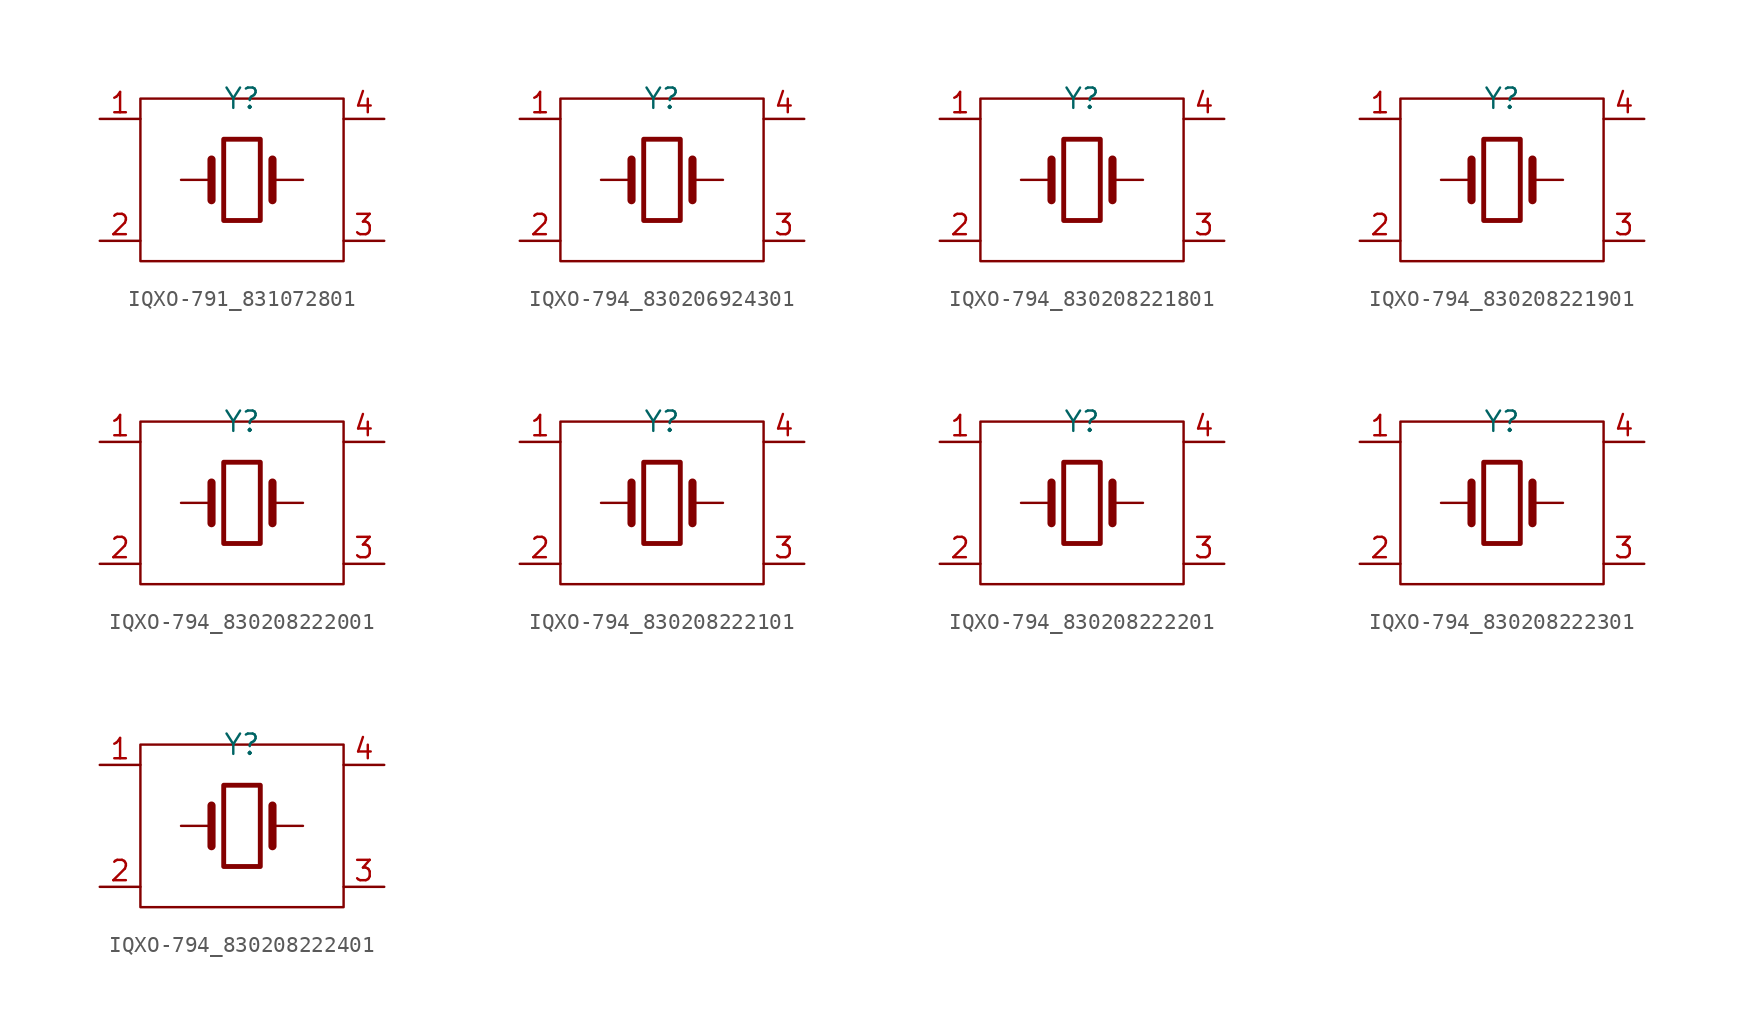
<source format=kicad_sym>
(kicad_symbol_lib
  (version 20220914)
  (generator kicad_symbol_editor)
  (symbol "IQXO-791_831072801"
    (pin_names hide)
    (property "Reference" "Y"
      (at 0 5.08 0)
      (effects (font (size 1.27 1.27))))
    (property "Critical Parameter" ""
      (at 0 -5.08 0)
      (effects (font (size 1.27 1.27)) (justify left)))
    (symbol "IQXO-791_831072801_0_1"
      (rectangle (start -6.35 5.08) (end 6.35 -5.08) (stroke (width 0) (type default)) (fill (type none)))
      (rectangle (start -1.143 2.54) (end 1.143 -2.54) (stroke (width 0.305) (type default)) (fill (type none)))
      (polyline (pts (xy -3.81 0) (xy -1.905 0)) (stroke (width 0) (type default)) (fill (type none)))
      (polyline (pts (xy -1.905 -1.27) (xy -1.905 1.27)) (stroke (width 0.508) (type default)) (fill (type none)))
      (polyline (pts (xy 1.905 -1.27) (xy 1.905 1.27)) (stroke (width 0.508) (type default)) (fill (type none)))
      (polyline (pts (xy 3.81 0) (xy 1.905 0)) (stroke (width 0) (type default)) (fill (type none))))
    (symbol "IQXO-791_831072801_1_1"
      (pin passive line (at -8.89 3.81 0) (length 2.54) (name "E/D" (effects (font (size 1.27 1.27)))) (number "1" (effects (font (size 1.27 1.27)))))
      (pin passive line (at -8.89 -3.81 0) (length 2.54) (name "GND" (effects (font (size 1.27 1.27)))) (number "2" (effects (font (size 1.27 1.27)))))
      (pin passive line (at 8.89 -3.81 180) (length 2.54) (name "OUT" (effects (font (size 1.27 1.27)))) (number "3" (effects (font (size 1.27 1.27)))))
      (pin passive line (at 8.89 3.81 180) (length 2.54) (name "+VS" (effects (font (size 1.27 1.27)))) (number "4" (effects (font (size 1.27 1.27)))))))
  (symbol "IQXO-794_830206924301"
    (pin_names hide)
    (property "Reference" "Y"
      (at 0 5.08 0)
      (effects (font (size 1.27 1.27))))
    (property "Critical Parameter" ""
      (at 0 -5.08 0)
      (effects (font (size 1.27 1.27)) (justify left)))
    (symbol "IQXO-794_830206924301_0_1"
      (rectangle (start -6.35 5.08) (end 6.35 -5.08) (stroke (width 0) (type default)) (fill (type none)))
      (rectangle (start -1.143 2.54) (end 1.143 -2.54) (stroke (width 0.305) (type default)) (fill (type none)))
      (polyline (pts (xy -3.81 0) (xy -1.905 0)) (stroke (width 0) (type default)) (fill (type none)))
      (polyline (pts (xy -1.905 -1.27) (xy -1.905 1.27)) (stroke (width 0.508) (type default)) (fill (type none)))
      (polyline (pts (xy 1.905 -1.27) (xy 1.905 1.27)) (stroke (width 0.508) (type default)) (fill (type none)))
      (polyline (pts (xy 3.81 0) (xy 1.905 0)) (stroke (width 0) (type default)) (fill (type none))))
    (symbol "IQXO-794_830206924301_1_1"
      (pin passive line (at -8.89 3.81 0) (length 2.54) (name "E/D" (effects (font (size 1.27 1.27)))) (number "1" (effects (font (size 1.27 1.27)))))
      (pin passive line (at -8.89 -3.81 0) (length 2.54) (name "GND" (effects (font (size 1.27 1.27)))) (number "2" (effects (font (size 1.27 1.27)))))
      (pin passive line (at 8.89 -3.81 180) (length 2.54) (name "OUT" (effects (font (size 1.27 1.27)))) (number "3" (effects (font (size 1.27 1.27)))))
      (pin passive line (at 8.89 3.81 180) (length 2.54) (name "+VS" (effects (font (size 1.27 1.27)))) (number "4" (effects (font (size 1.27 1.27)))))))
  (symbol "IQXO-794_830208221801"
    (pin_names hide)
    (property "Reference" "Y"
      (at 0 5.08 0)
      (effects (font (size 1.27 1.27))))
    (property "Critical Parameter" ""
      (at 0 -5.08 0)
      (effects (font (size 1.27 1.27)) (justify left)))
    (symbol "IQXO-794_830208221801_0_1"
      (rectangle (start -6.35 5.08) (end 6.35 -5.08) (stroke (width 0) (type default)) (fill (type none)))
      (rectangle (start -1.143 2.54) (end 1.143 -2.54) (stroke (width 0.305) (type default)) (fill (type none)))
      (polyline (pts (xy -3.81 0) (xy -1.905 0)) (stroke (width 0) (type default)) (fill (type none)))
      (polyline (pts (xy -1.905 -1.27) (xy -1.905 1.27)) (stroke (width 0.508) (type default)) (fill (type none)))
      (polyline (pts (xy 1.905 -1.27) (xy 1.905 1.27)) (stroke (width 0.508) (type default)) (fill (type none)))
      (polyline (pts (xy 3.81 0) (xy 1.905 0)) (stroke (width 0) (type default)) (fill (type none))))
    (symbol "IQXO-794_830208221801_1_1"
      (pin passive line (at -8.89 3.81 0) (length 2.54) (name "E/D" (effects (font (size 1.27 1.27)))) (number "1" (effects (font (size 1.27 1.27)))))
      (pin passive line (at -8.89 -3.81 0) (length 2.54) (name "GND" (effects (font (size 1.27 1.27)))) (number "2" (effects (font (size 1.27 1.27)))))
      (pin passive line (at 8.89 -3.81 180) (length 2.54) (name "OUT" (effects (font (size 1.27 1.27)))) (number "3" (effects (font (size 1.27 1.27)))))
      (pin passive line (at 8.89 3.81 180) (length 2.54) (name "+VS" (effects (font (size 1.27 1.27)))) (number "4" (effects (font (size 1.27 1.27)))))))
  (symbol "IQXO-794_830208221901"
    (pin_names hide)
    (property "Reference" "Y"
      (at 0 5.08 0)
      (effects (font (size 1.27 1.27))))
    (property "Critical Parameter" ""
      (at 0 -5.08 0)
      (effects (font (size 1.27 1.27)) (justify left)))
    (symbol "IQXO-794_830208221901_0_1"
      (rectangle (start -6.35 5.08) (end 6.35 -5.08) (stroke (width 0) (type default)) (fill (type none)))
      (rectangle (start -1.143 2.54) (end 1.143 -2.54) (stroke (width 0.305) (type default)) (fill (type none)))
      (polyline (pts (xy -3.81 0) (xy -1.905 0)) (stroke (width 0) (type default)) (fill (type none)))
      (polyline (pts (xy -1.905 -1.27) (xy -1.905 1.27)) (stroke (width 0.508) (type default)) (fill (type none)))
      (polyline (pts (xy 1.905 -1.27) (xy 1.905 1.27)) (stroke (width 0.508) (type default)) (fill (type none)))
      (polyline (pts (xy 3.81 0) (xy 1.905 0)) (stroke (width 0) (type default)) (fill (type none))))
    (symbol "IQXO-794_830208221901_1_1"
      (pin passive line (at -8.89 3.81 0) (length 2.54) (name "E/D" (effects (font (size 1.27 1.27)))) (number "1" (effects (font (size 1.27 1.27)))))
      (pin passive line (at -8.89 -3.81 0) (length 2.54) (name "GND" (effects (font (size 1.27 1.27)))) (number "2" (effects (font (size 1.27 1.27)))))
      (pin passive line (at 8.89 -3.81 180) (length 2.54) (name "OUT" (effects (font (size 1.27 1.27)))) (number "3" (effects (font (size 1.27 1.27)))))
      (pin passive line (at 8.89 3.81 180) (length 2.54) (name "+VS" (effects (font (size 1.27 1.27)))) (number "4" (effects (font (size 1.27 1.27)))))))
  (symbol "IQXO-794_830208222001"
    (pin_names hide)
    (property "Reference" "Y"
      (at 0 5.08 0)
      (effects (font (size 1.27 1.27))))
    (property "Critical Parameter" ""
      (at 0 -5.08 0)
      (effects (font (size 1.27 1.27)) (justify left)))
    (symbol "IQXO-794_830208222001_0_1"
      (rectangle (start -6.35 5.08) (end 6.35 -5.08) (stroke (width 0) (type default)) (fill (type none)))
      (rectangle (start -1.143 2.54) (end 1.143 -2.54) (stroke (width 0.305) (type default)) (fill (type none)))
      (polyline (pts (xy -3.81 0) (xy -1.905 0)) (stroke (width 0) (type default)) (fill (type none)))
      (polyline (pts (xy -1.905 -1.27) (xy -1.905 1.27)) (stroke (width 0.508) (type default)) (fill (type none)))
      (polyline (pts (xy 1.905 -1.27) (xy 1.905 1.27)) (stroke (width 0.508) (type default)) (fill (type none)))
      (polyline (pts (xy 3.81 0) (xy 1.905 0)) (stroke (width 0) (type default)) (fill (type none))))
    (symbol "IQXO-794_830208222001_1_1"
      (pin passive line (at -8.89 3.81 0) (length 2.54) (name "E/D" (effects (font (size 1.27 1.27)))) (number "1" (effects (font (size 1.27 1.27)))))
      (pin passive line (at -8.89 -3.81 0) (length 2.54) (name "GND" (effects (font (size 1.27 1.27)))) (number "2" (effects (font (size 1.27 1.27)))))
      (pin passive line (at 8.89 -3.81 180) (length 2.54) (name "OUT" (effects (font (size 1.27 1.27)))) (number "3" (effects (font (size 1.27 1.27)))))
      (pin passive line (at 8.89 3.81 180) (length 2.54) (name "+VS" (effects (font (size 1.27 1.27)))) (number "4" (effects (font (size 1.27 1.27)))))))
  (symbol "IQXO-794_830208222101"
    (pin_names hide)
    (property "Reference" "Y"
      (at 0 5.08 0)
      (effects (font (size 1.27 1.27))))
    (property "Critical Parameter" ""
      (at 0 -5.08 0)
      (effects (font (size 1.27 1.27)) (justify left)))
    (symbol "IQXO-794_830208222101_0_1"
      (rectangle (start -6.35 5.08) (end 6.35 -5.08) (stroke (width 0) (type default)) (fill (type none)))
      (rectangle (start -1.143 2.54) (end 1.143 -2.54) (stroke (width 0.305) (type default)) (fill (type none)))
      (polyline (pts (xy -3.81 0) (xy -1.905 0)) (stroke (width 0) (type default)) (fill (type none)))
      (polyline (pts (xy -1.905 -1.27) (xy -1.905 1.27)) (stroke (width 0.508) (type default)) (fill (type none)))
      (polyline (pts (xy 1.905 -1.27) (xy 1.905 1.27)) (stroke (width 0.508) (type default)) (fill (type none)))
      (polyline (pts (xy 3.81 0) (xy 1.905 0)) (stroke (width 0) (type default)) (fill (type none))))
    (symbol "IQXO-794_830208222101_1_1"
      (pin passive line (at -8.89 3.81 0) (length 2.54) (name "E/D" (effects (font (size 1.27 1.27)))) (number "1" (effects (font (size 1.27 1.27)))))
      (pin passive line (at -8.89 -3.81 0) (length 2.54) (name "GND" (effects (font (size 1.27 1.27)))) (number "2" (effects (font (size 1.27 1.27)))))
      (pin passive line (at 8.89 -3.81 180) (length 2.54) (name "OUT" (effects (font (size 1.27 1.27)))) (number "3" (effects (font (size 1.27 1.27)))))
      (pin passive line (at 8.89 3.81 180) (length 2.54) (name "+VS" (effects (font (size 1.27 1.27)))) (number "4" (effects (font (size 1.27 1.27)))))))
  (symbol "IQXO-794_830208222201"
    (pin_names hide)
    (property "Reference" "Y"
      (at 0 5.08 0)
      (effects (font (size 1.27 1.27))))
    (property "Critical Parameter" ""
      (at 0 -5.08 0)
      (effects (font (size 1.27 1.27)) (justify left)))
    (symbol "IQXO-794_830208222201_0_1"
      (rectangle (start -6.35 5.08) (end 6.35 -5.08) (stroke (width 0) (type default)) (fill (type none)))
      (rectangle (start -1.143 2.54) (end 1.143 -2.54) (stroke (width 0.305) (type default)) (fill (type none)))
      (polyline (pts (xy -3.81 0) (xy -1.905 0)) (stroke (width 0) (type default)) (fill (type none)))
      (polyline (pts (xy -1.905 -1.27) (xy -1.905 1.27)) (stroke (width 0.508) (type default)) (fill (type none)))
      (polyline (pts (xy 1.905 -1.27) (xy 1.905 1.27)) (stroke (width 0.508) (type default)) (fill (type none)))
      (polyline (pts (xy 3.81 0) (xy 1.905 0)) (stroke (width 0) (type default)) (fill (type none))))
    (symbol "IQXO-794_830208222201_1_1"
      (pin passive line (at -8.89 3.81 0) (length 2.54) (name "E/D" (effects (font (size 1.27 1.27)))) (number "1" (effects (font (size 1.27 1.27)))))
      (pin passive line (at -8.89 -3.81 0) (length 2.54) (name "GND" (effects (font (size 1.27 1.27)))) (number "2" (effects (font (size 1.27 1.27)))))
      (pin passive line (at 8.89 -3.81 180) (length 2.54) (name "OUT" (effects (font (size 1.27 1.27)))) (number "3" (effects (font (size 1.27 1.27)))))
      (pin passive line (at 8.89 3.81 180) (length 2.54) (name "+VS" (effects (font (size 1.27 1.27)))) (number "4" (effects (font (size 1.27 1.27)))))))
  (symbol "IQXO-794_830208222301"
    (pin_names hide)
    (property "Reference" "Y"
      (at 0 5.08 0)
      (effects (font (size 1.27 1.27))))
    (property "Critical Parameter" ""
      (at 0 -5.08 0)
      (effects (font (size 1.27 1.27)) (justify left)))
    (symbol "IQXO-794_830208222301_0_1"
      (rectangle (start -6.35 5.08) (end 6.35 -5.08) (stroke (width 0) (type default)) (fill (type none)))
      (rectangle (start -1.143 2.54) (end 1.143 -2.54) (stroke (width 0.305) (type default)) (fill (type none)))
      (polyline (pts (xy -3.81 0) (xy -1.905 0)) (stroke (width 0) (type default)) (fill (type none)))
      (polyline (pts (xy -1.905 -1.27) (xy -1.905 1.27)) (stroke (width 0.508) (type default)) (fill (type none)))
      (polyline (pts (xy 1.905 -1.27) (xy 1.905 1.27)) (stroke (width 0.508) (type default)) (fill (type none)))
      (polyline (pts (xy 3.81 0) (xy 1.905 0)) (stroke (width 0) (type default)) (fill (type none))))
    (symbol "IQXO-794_830208222301_1_1"
      (pin passive line (at -8.89 3.81 0) (length 2.54) (name "E/D" (effects (font (size 1.27 1.27)))) (number "1" (effects (font (size 1.27 1.27)))))
      (pin passive line (at -8.89 -3.81 0) (length 2.54) (name "GND" (effects (font (size 1.27 1.27)))) (number "2" (effects (font (size 1.27 1.27)))))
      (pin passive line (at 8.89 -3.81 180) (length 2.54) (name "OUT" (effects (font (size 1.27 1.27)))) (number "3" (effects (font (size 1.27 1.27)))))
      (pin passive line (at 8.89 3.81 180) (length 2.54) (name "+VS" (effects (font (size 1.27 1.27)))) (number "4" (effects (font (size 1.27 1.27)))))))
  (symbol "IQXO-794_830208222401"
    (pin_names hide)
    (property "Reference" "Y"
      (at 0 5.08 0)
      (effects (font (size 1.27 1.27))))
    (property "Critical Parameter" ""
      (at 0 -5.08 0)
      (effects (font (size 1.27 1.27)) (justify left)))
    (symbol "IQXO-794_830208222401_0_1"
      (rectangle (start -6.35 5.08) (end 6.35 -5.08) (stroke (width 0) (type default)) (fill (type none)))
      (rectangle (start -1.143 2.54) (end 1.143 -2.54) (stroke (width 0.305) (type default)) (fill (type none)))
      (polyline (pts (xy -3.81 0) (xy -1.905 0)) (stroke (width 0) (type default)) (fill (type none)))
      (polyline (pts (xy -1.905 -1.27) (xy -1.905 1.27)) (stroke (width 0.508) (type default)) (fill (type none)))
      (polyline (pts (xy 1.905 -1.27) (xy 1.905 1.27)) (stroke (width 0.508) (type default)) (fill (type none)))
      (polyline (pts (xy 3.81 0) (xy 1.905 0)) (stroke (width 0) (type default)) (fill (type none))))
    (symbol "IQXO-794_830208222401_1_1"
      (pin passive line (at -8.89 3.81 0) (length 2.54) (name "E/D" (effects (font (size 1.27 1.27)))) (number "1" (effects (font (size 1.27 1.27)))))
      (pin passive line (at -8.89 -3.81 0) (length 2.54) (name "GND" (effects (font (size 1.27 1.27)))) (number "2" (effects (font (size 1.27 1.27)))))
      (pin passive line (at 8.89 -3.81 180) (length 2.54) (name "OUT" (effects (font (size 1.27 1.27)))) (number "3" (effects (font (size 1.27 1.27)))))
      (pin passive line (at 8.89 3.81 180) (length 2.54) (name "+VS" (effects (font (size 1.27 1.27)))) (number "4" (effects (font (size 1.27 1.27))))))))
</source>
